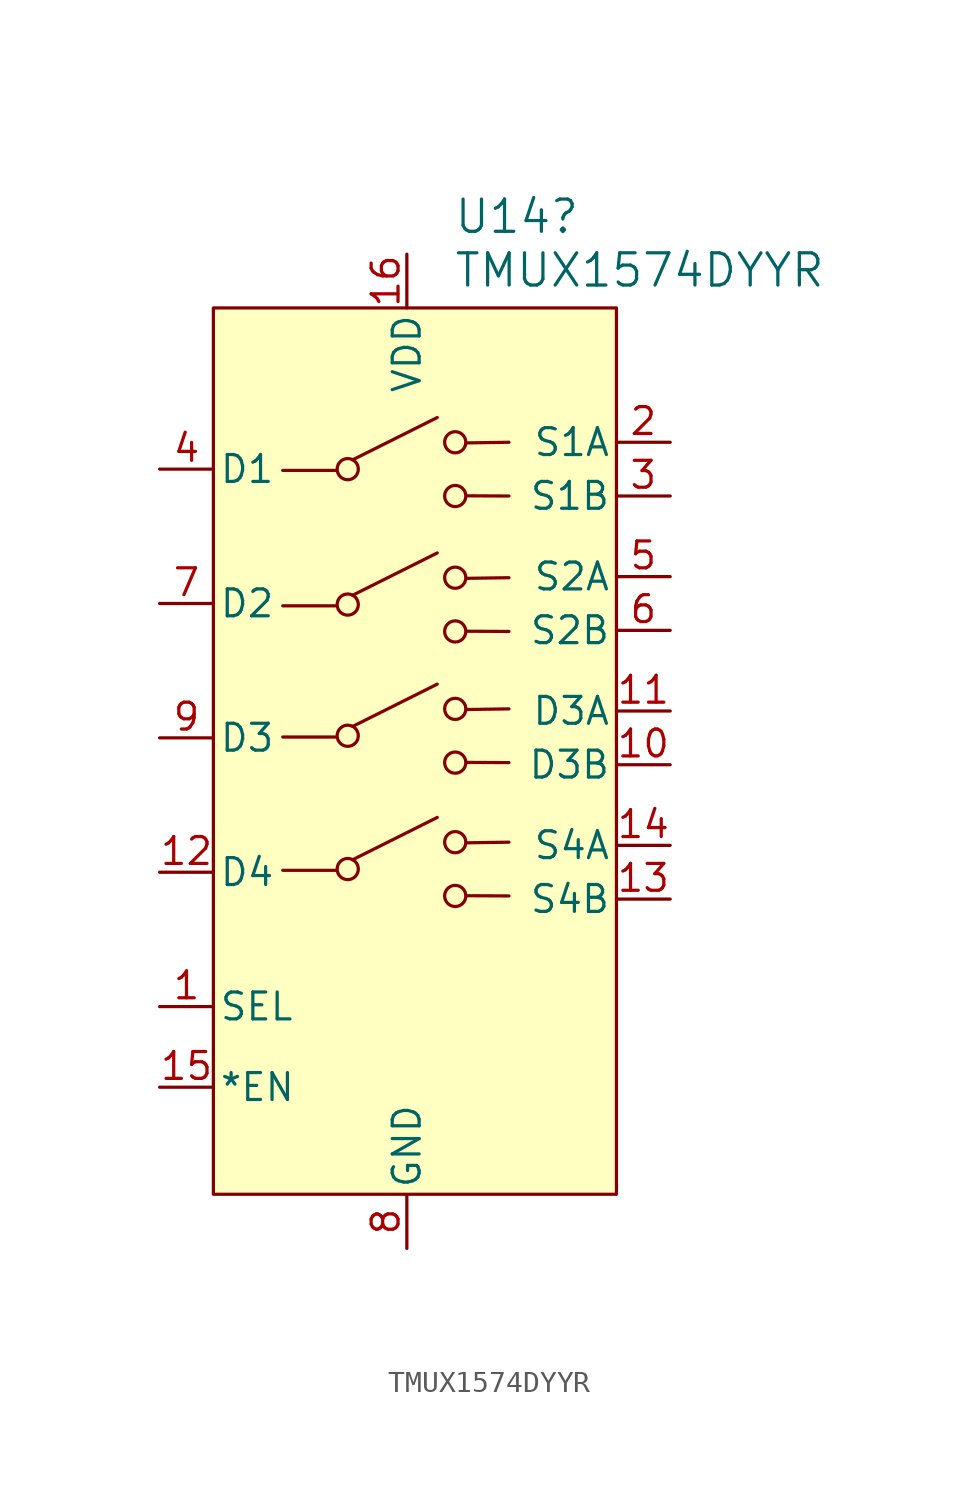
<source format=kicad_sym>
(kicad_symbol_lib
  (version 20241209)
  (generator "kicad_symbol_editor")
  (generator_version "9.0")
  (symbol "TMUX1574DYYR"
    (pin_names
      (offset 0.254))
    (property "Reference" "U14"
      (at 4.48 8.128 0)
      (effects (font (size 1.524 1.524)) (justify left)))
    (property "Value" "TMUX1574DYYR"
      (at 4.48 5.588 0)
      (effects (font (size 1.524 1.524)) (justify left)))
    (symbol "TMUX1574DYYR_1_1"
      (rectangle (start -6.858 3.81) (end 12.192 -38.08) (stroke (width 0) (type default)) (fill (type background)))
      (polyline (pts (xy -3.578 -3.87) (xy -1.078 -3.87)) (stroke (width 0) (type default)) (fill (type none)))
      (polyline (pts (xy -3.578 -10.27) (xy -1.078 -10.27)) (stroke (width 0) (type default)) (fill (type none)))
      (polyline (pts (xy -3.578 -16.47) (xy -1.078 -16.47)) (stroke (width 0) (type default)) (fill (type none)))
      (polyline (pts (xy -3.578 -22.77) (xy -1.078 -22.77)) (stroke (width 0) (type default)) (fill (type none)))
      (circle (center -0.508 -3.81) (radius 0.5) (stroke (width 0) (type default) (color 132 0 0 1)) (fill (type background)))
      (circle (center -0.508 -10.21) (radius 0.5) (stroke (width 0) (type default) (color 132 0 0 1)) (fill (type background)))
      (circle (center -0.508 -16.41) (radius 0.5) (stroke (width 0) (type default) (color 132 0 0 1)) (fill (type background)))
      (circle (center -0.508 -22.71) (radius 0.5) (stroke (width 0) (type default) (color 132 0 0 1)) (fill (type background)))
      (polyline (pts (xy -0.278 -3.37) (xy 3.722 -1.37)) (stroke (width 0) (type default)) (fill (type none)))
      (polyline (pts (xy -0.278 -9.77) (xy 3.722 -7.77)) (stroke (width 0) (type default)) (fill (type none)))
      (polyline (pts (xy -0.278 -15.97) (xy 3.722 -13.97)) (stroke (width 0) (type default)) (fill (type none)))
      (polyline (pts (xy -0.278 -22.27) (xy 3.722 -20.27)) (stroke (width 0) (type default)) (fill (type none)))
      (circle (center 4.572 -2.54) (radius 0.5) (stroke (width 0) (type default) (color 132 0 0 1)) (fill (type background)))
      (circle (center 4.572 -5.08) (radius 0.5) (stroke (width 0) (type default) (color 132 0 0 1)) (fill (type background)))
      (circle (center 4.572 -8.94) (radius 0.5) (stroke (width 0) (type default) (color 132 0 0 1)) (fill (type background)))
      (circle (center 4.572 -11.48) (radius 0.5) (stroke (width 0) (type default) (color 132 0 0 1)) (fill (type background)))
      (circle (center 4.572 -15.14) (radius 0.5) (stroke (width 0) (type default) (color 132 0 0 1)) (fill (type background)))
      (circle (center 4.572 -17.68) (radius 0.5) (stroke (width 0) (type default) (color 132 0 0 1)) (fill (type background)))
      (circle (center 4.572 -21.44) (radius 0.5) (stroke (width 0) (type default) (color 132 0 0 1)) (fill (type background)))
      (circle (center 4.572 -23.98) (radius 0.5) (stroke (width 0) (type default) (color 132 0 0 1)) (fill (type background)))
      (polyline (pts (xy 5.122 -2.57) (xy 7.112 -2.54)) (stroke (width 0) (type default)) (fill (type none)))
      (polyline (pts (xy 5.122 -5.07) (xy 7.112 -5.08)) (stroke (width 0) (type default)) (fill (type none)))
      (polyline (pts (xy 5.122 -8.97) (xy 7.112 -8.94)) (stroke (width 0) (type default)) (fill (type none)))
      (polyline (pts (xy 5.122 -11.47) (xy 7.112 -11.48)) (stroke (width 0) (type default)) (fill (type none)))
      (polyline (pts (xy 5.122 -15.17) (xy 7.112 -15.14)) (stroke (width 0) (type default)) (fill (type none)))
      (polyline (pts (xy 5.122 -17.67) (xy 7.112 -17.68)) (stroke (width 0) (type default)) (fill (type none)))
      (polyline (pts (xy 5.122 -21.47) (xy 7.112 -21.44)) (stroke (width 0) (type default)) (fill (type none)))
      (polyline (pts (xy 5.122 -23.97) (xy 7.112 -23.98)) (stroke (width 0) (type default)) (fill (type none)))
      (pin bidirectional line (at -9.398 -3.81 0) (length 2.54) (name "D1" (effects (font (size 1.27 1.27)))) (number "4" (effects (font (size 1.27 1.27)))))
      (pin bidirectional line (at -9.398 -10.16 0) (length 2.54) (name "D2" (effects (font (size 1.27 1.27)))) (number "7" (effects (font (size 1.27 1.27)))))
      (pin bidirectional line (at -9.398 -16.51 0) (length 2.54) (name "D3" (effects (font (size 1.27 1.27)))) (number "9" (effects (font (size 1.27 1.27)))))
      (pin bidirectional line (at -9.398 -22.86 0) (length 2.54) (name "D4" (effects (font (size 1.27 1.27)))) (number "12" (effects (font (size 1.27 1.27)))))
      (pin input line (at -9.398 -29.21 0) (length 2.54) (name "SEL" (effects (font (size 1.27 1.27)))) (number "1" (effects (font (size 1.27 1.27)))))
      (pin input line (at -9.398 -33.02 0) (length 2.54) (name "*EN" (effects (font (size 1.27 1.27)))) (number "15" (effects (font (size 1.27 1.27)))))
      (pin power_in line (at 2.286 6.35 270) (length 2.54) (name "VDD" (effects (font (size 1.27 1.27)))) (number "16" (effects (font (size 1.27 1.27)))))
      (pin unspecified line (at 2.286 -40.64 90) (length 2.54) (name "GND" (effects (font (size 1.27 1.27)))) (number "8" (effects (font (size 1.27 1.27)))))
      (pin bidirectional line (at 14.732 -2.54 180) (length 2.54) (name "S1A" (effects (font (size 1.27 1.27)))) (number "2" (effects (font (size 1.27 1.27)))))
      (pin bidirectional line (at 14.732 -5.08 180) (length 2.54) (name "S1B" (effects (font (size 1.27 1.27)))) (number "3" (effects (font (size 1.27 1.27)))))
      (pin bidirectional line (at 14.732 -8.89 180) (length 2.54) (name "S2A" (effects (font (size 1.27 1.27)))) (number "5" (effects (font (size 1.27 1.27)))))
      (pin bidirectional line (at 14.732 -11.43 180) (length 2.54) (name "S2B" (effects (font (size 1.27 1.27)))) (number "6" (effects (font (size 1.27 1.27)))))
      (pin bidirectional line (at 14.732 -15.24 180) (length 2.54) (name "D3A" (effects (font (size 1.27 1.27)))) (number "11" (effects (font (size 1.27 1.27)))))
      (pin bidirectional line (at 14.732 -17.78 180) (length 2.54) (name "D3B" (effects (font (size 1.27 1.27)))) (number "10" (effects (font (size 1.27 1.27)))))
      (pin bidirectional line (at 14.732 -21.59 180) (length 2.54) (name "S4A" (effects (font (size 1.27 1.27)))) (number "14" (effects (font (size 1.27 1.27)))))
      (pin bidirectional line (at 14.732 -24.13 180) (length 2.54) (name "S4B" (effects (font (size 1.27 1.27)))) (number "13" (effects (font (size 1.27 1.27))))))))
</source>
